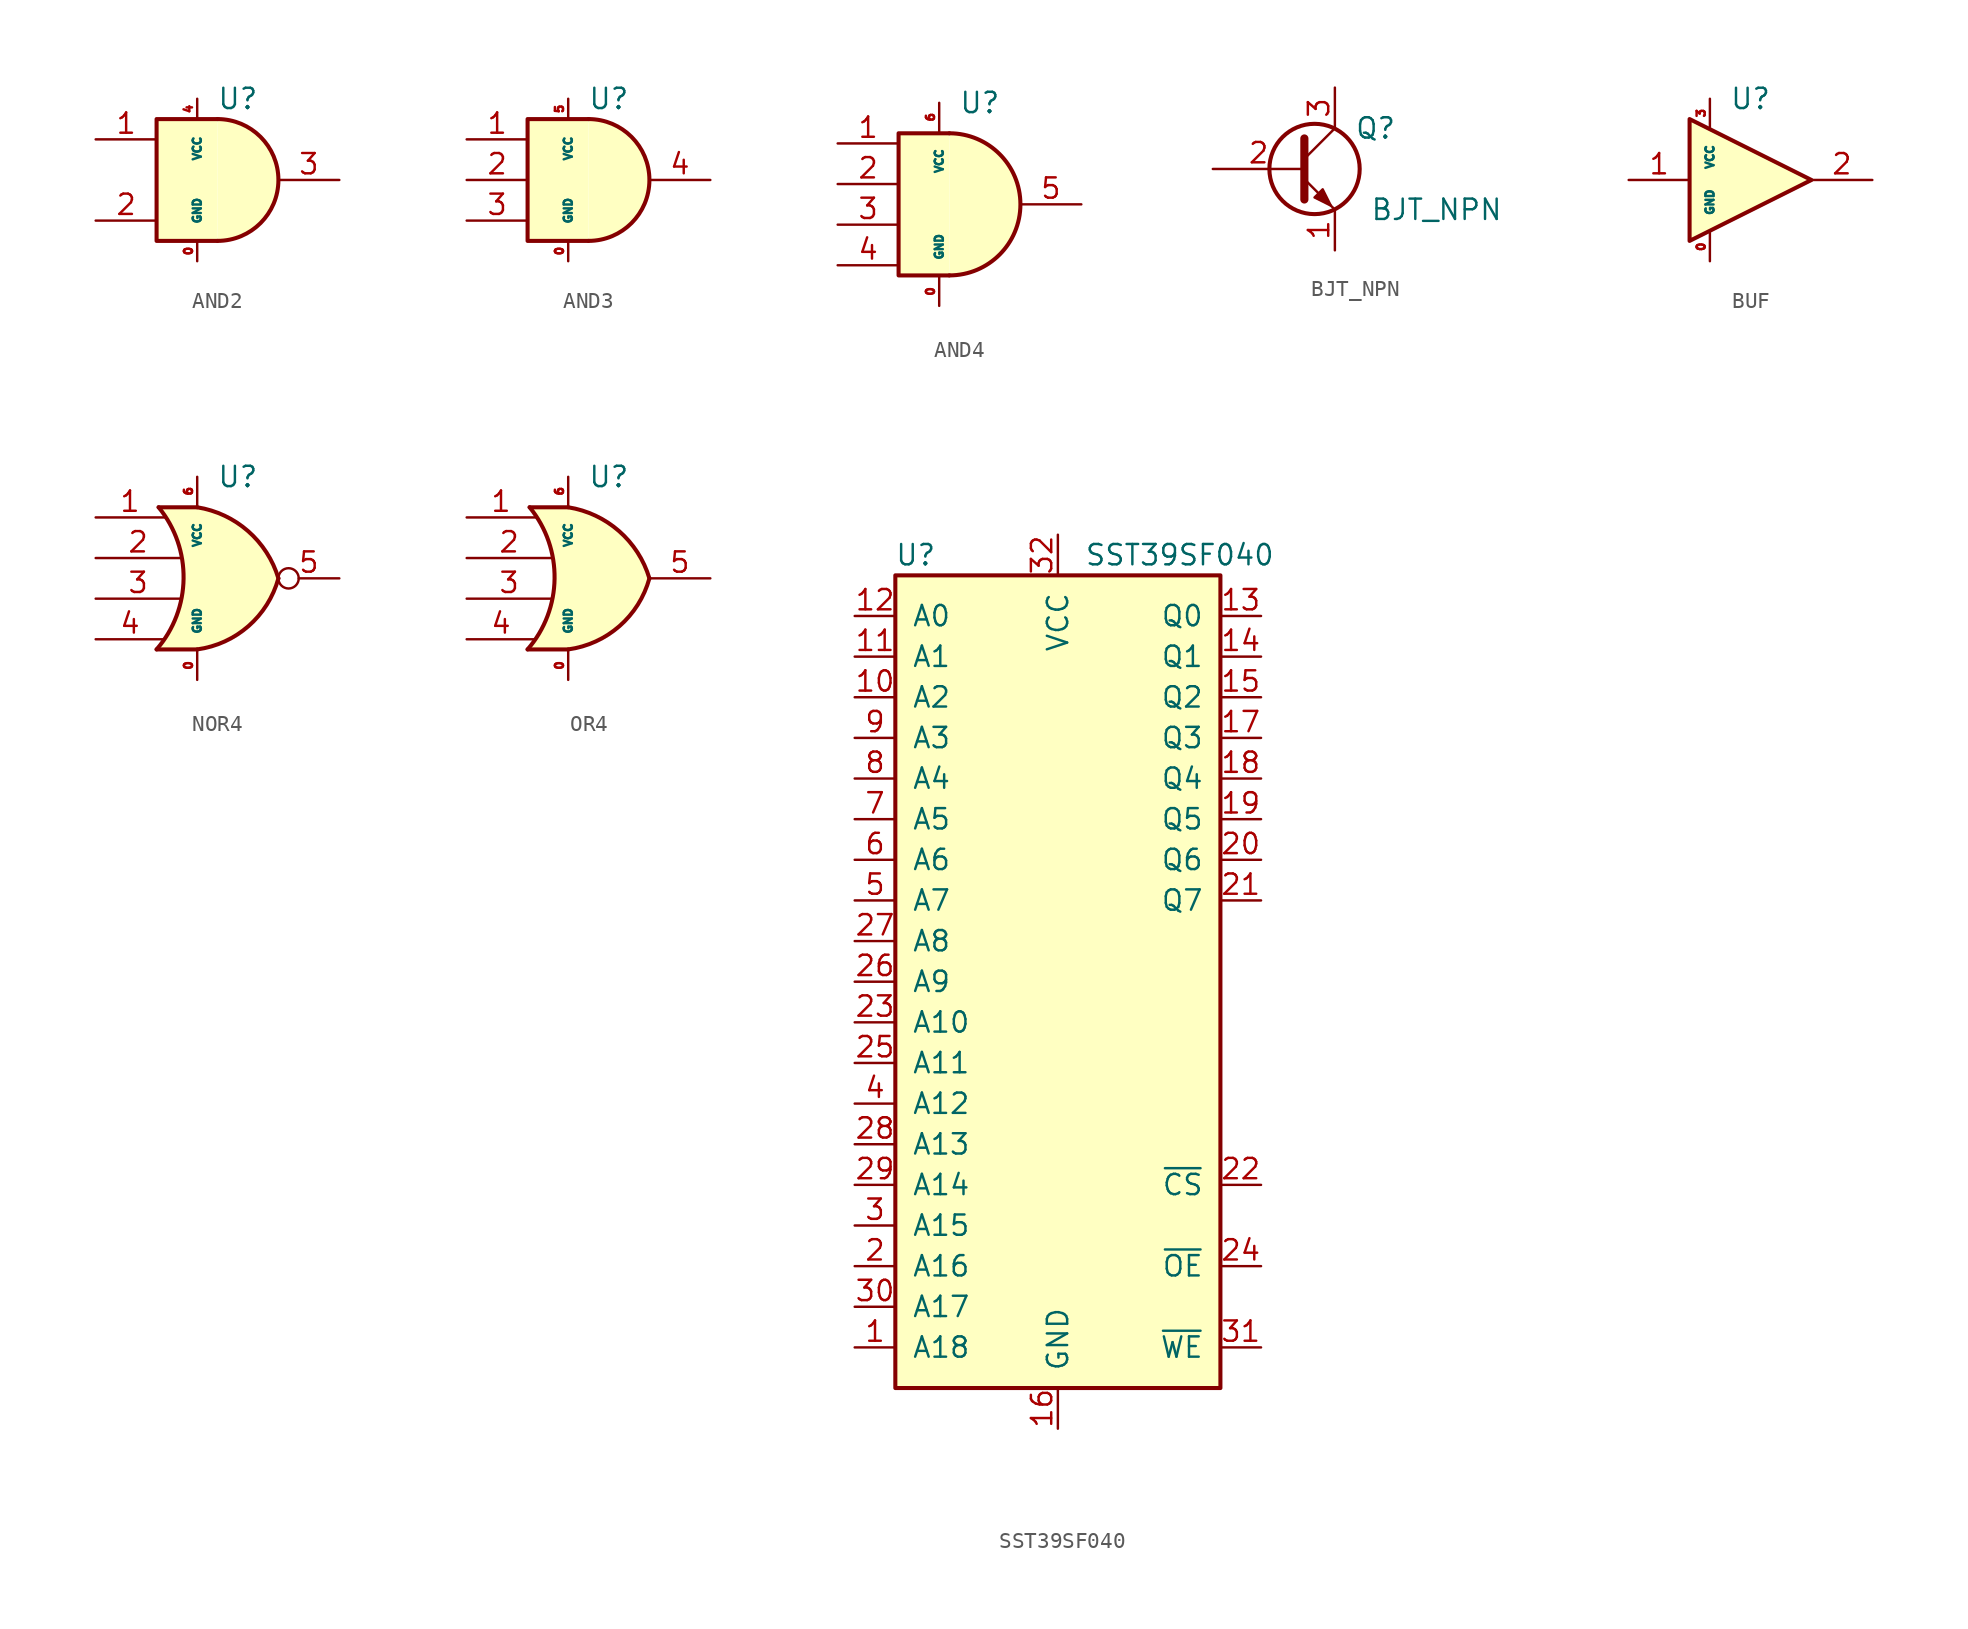
<source format=kicad_sym>
(kicad_symbol_lib
  (version 20231120)
  (generator "kicad_symbol_editor")
  (generator_version "8.0")
  (symbol "AND2"
    (pin_names
      (offset 1.016))
    (property "Reference" "U"
      (at 2.54 5.08 0)
      (effects (font (size 1.27 1.27))))
    (symbol "AND2_1_1"
      (polyline (pts (xy 1.27 3.81) (xy -2.54 3.81) (xy -2.54 -3.81) (xy 1.27 -3.81)) (stroke (width 0.254) (type solid)) (fill (type background)))
      (arc (start 1.27 -3.81) (mid 5.08 0) (end 1.27 3.81) (stroke (width 0.254) (type solid)) (fill (type background)))
      (pin input line (at 0 -5.08 90) (length 1.27) (name "GND" (effects (font (size 0.508 0.508)))) (number "0" (effects (font (size 0.508 0.508)))))
      (pin input line (at -6.35 2.54 0) (length 3.81) (name "~" (effects (font (size 1.27 1.27)))) (number "1" (effects (font (size 1.27 1.27)))))
      (pin input line (at -6.35 -2.54 0) (length 3.81) (name "~" (effects (font (size 1.27 1.27)))) (number "2" (effects (font (size 1.27 1.27)))))
      (pin output line (at 8.89 0 180) (length 3.81) (name "~" (effects (font (size 1.27 1.27)))) (number "3" (effects (font (size 1.27 1.27)))))
      (pin input line (at 0 5.08 270) (length 1.27) (name "VCC" (effects (font (size 0.508 0.508)))) (number "4" (effects (font (size 0.508 0.508)))))))
  (symbol "AND3"
    (pin_names
      (offset 1.016))
    (property "Reference" "U"
      (at 2.54 5.08 0)
      (effects (font (size 1.27 1.27))))
    (symbol "AND3_1_1"
      (polyline (pts (xy 1.27 3.81) (xy -2.54 3.81) (xy -2.54 -3.81) (xy 1.27 -3.81)) (stroke (width 0.254) (type solid)) (fill (type background)))
      (arc (start 1.27 -3.81) (mid 5.08 0) (end 1.27 3.81) (stroke (width 0.254) (type solid)) (fill (type background)))
      (pin input line (at 0 -5.08 90) (length 1.27) (name "GND" (effects (font (size 0.508 0.508)))) (number "0" (effects (font (size 0.508 0.508)))))
      (pin input line (at -6.35 2.54 0) (length 3.81) (name "~" (effects (font (size 1.27 1.27)))) (number "1" (effects (font (size 1.27 1.27)))))
      (pin input line (at -6.35 0 0) (length 3.81) (name "~" (effects (font (size 1.27 1.27)))) (number "2" (effects (font (size 1.27 1.27)))))
      (pin input line (at -6.35 -2.54 0) (length 3.81) (name "~" (effects (font (size 1.27 1.27)))) (number "3" (effects (font (size 1.27 1.27)))))
      (pin output line (at 8.89 0 180) (length 3.81) (name "~" (effects (font (size 1.27 1.27)))) (number "4" (effects (font (size 1.27 1.27)))))
      (pin input line (at 0 5.08 270) (length 1.27) (name "VCC" (effects (font (size 0.508 0.508)))) (number "5" (effects (font (size 0.508 0.508)))))))
  (symbol "AND4"
    (pin_names
      (offset 1.016))
    (property "Reference" "U"
      (at 2.54 6.35 0)
      (effects (font (size 1.27 1.27))))
    (symbol "AND4_1_1"
      (polyline (pts (xy 0.635 4.445) (xy -2.54 4.445) (xy -2.54 -4.445) (xy 0.635 -4.445)) (stroke (width 0.254) (type solid)) (fill (type background)))
      (arc (start 0.635 -4.445) (mid 5.08 0) (end 0.635 4.445) (stroke (width 0.254) (type solid)) (fill (type background)))
      (pin input line (at 0 -6.35 90) (length 1.803) (name "GND" (effects (font (size 0.508 0.508)))) (number "0" (effects (font (size 0.508 0.508)))))
      (pin input line (at -6.35 3.81 0) (length 3.81) (name "~" (effects (font (size 1.27 1.27)))) (number "1" (effects (font (size 1.27 1.27)))))
      (pin input line (at -6.35 1.27 0) (length 3.81) (name "~" (effects (font (size 1.27 1.27)))) (number "2" (effects (font (size 1.27 1.27)))))
      (pin input line (at -6.35 -1.27 0) (length 3.81) (name "~" (effects (font (size 1.27 1.27)))) (number "3" (effects (font (size 1.27 1.27)))))
      (pin input line (at -6.35 -3.81 0) (length 3.81) (name "~" (effects (font (size 1.27 1.27)))) (number "4" (effects (font (size 1.27 1.27)))))
      (pin output line (at 8.89 0 180) (length 3.81) (name "~" (effects (font (size 1.27 1.27)))) (number "5" (effects (font (size 1.27 1.27)))))
      (pin input line (at 0 6.35 270) (length 1.803) (name "VCC" (effects (font (size 0.508 0.508)))) (number "6" (effects (font (size 0.508 0.508)))))))
  (symbol "BJT_NPN"
    (pin_names
      (offset 1.016) hide)
    (property "Reference" "Q"
      (at 3.81 2.54 0)
      (effects (font (size 1.27 1.27))))
    (property "Value" "BJT_NPN"
      (at 7.62 -2.54 0)
      (effects (font (size 1.27 1.27))))
    (symbol "BJT_NPN_1_1"
      (polyline (pts (xy -0.635 0.635) (xy 1.27 2.54)) (stroke (width 0) (type solid)) (fill (type none)))
      (polyline (pts (xy -0.635 -0.635) (xy 1.27 -2.54) (xy 1.27 -2.54)) (stroke (width 0) (type solid)) (fill (type none)))
      (polyline (pts (xy -0.635 1.905) (xy -0.635 -1.905) (xy -0.635 -1.905)) (stroke (width 0.508) (type solid)) (fill (type none)))
      (polyline (pts (xy 0 -1.778) (xy 0.508 -1.27) (xy 1.016 -2.286) (xy 0 -1.778) (xy 0 -1.778)) (stroke (width 0) (type solid)) (fill (type outline)))
      (circle (center 0 0) (radius 2.819) (stroke (width 0.254) (type solid)) (fill (type none)))
      (pin passive line (at 1.27 -5.08 90) (length 2.54) (name "E" (effects (font (size 1.27 1.27)))) (number "1" (effects (font (size 1.27 1.27)))))
      (pin input line (at -6.35 0 0) (length 5.715) (name "B" (effects (font (size 1.27 1.27)))) (number "2" (effects (font (size 1.27 1.27)))))
      (pin passive line (at 1.27 5.08 270) (length 2.54) (name "C" (effects (font (size 1.27 1.27)))) (number "3" (effects (font (size 1.27 1.27)))))))
  (symbol "BUF"
    (pin_names
      (offset 1.016))
    (property "Reference" "U"
      (at 2.54 5.08 0)
      (effects (font (size 1.27 1.27))))
    (symbol "BUF_1_1"
      (polyline (pts (xy -1.27 3.81) (xy -1.27 -3.81) (xy 6.35 0) (xy -1.27 3.81)) (stroke (width 0.254) (type solid)) (fill (type background)))
      (pin input line (at 0 -5.08 90) (length 1.803) (name "GND" (effects (font (size 0.508 0.508)))) (number "0" (effects (font (size 0.508 0.508)))))
      (pin input line (at -5.08 0 0) (length 3.81) (name "~" (effects (font (size 1.27 1.27)))) (number "1" (effects (font (size 1.27 1.27)))))
      (pin output line (at 10.16 0 180) (length 3.81) (name "~" (effects (font (size 1.27 1.27)))) (number "2" (effects (font (size 1.27 1.27)))))
      (pin input line (at 0 5.08 270) (length 1.803) (name "VCC" (effects (font (size 0.508 0.508)))) (number "3" (effects (font (size 0.508 0.508)))))))
  (symbol "NOR4"
    (pin_names
      (offset 1.016))
    (property "Reference" "U"
      (at 2.54 6.35 0)
      (effects (font (size 1.27 1.27))))
    (symbol "NOR4_0_1"
      (arc (start -2.54 -4.445) (mid -0.8518 -0.023) (end -2.413 4.445) (stroke (width 0.254) (type solid)) (fill (type none)))
      (arc (start 0 -4.445) (mid 3.2076 -2.9869) (end 5.08 0) (stroke (width 0.254) (type solid)) (fill (type background)))
      (polyline (pts (xy 0 -4.445) (xy -2.54 -4.445)) (stroke (width 0.254) (type solid)) (fill (type none)))
      (polyline (pts (xy 0 4.445) (xy -2.413 4.445)) (stroke (width 0.254) (type solid)) (fill (type none)))
      (polyline (pts (xy 0 4.445) (xy 0 -4.445) (xy -2.54 -4.445) (xy -1.651 -3.175) (xy -1.016 -1.397) (xy -0.889 -0.254) (xy -0.889 0.635) (xy -1.016 1.651) (xy -1.27 2.286) (xy -1.524 3.048) (xy -1.905 3.683) (xy -2.413 4.445) (xy 0 4.445)) (stroke (width -25.4) (type solid)) (fill (type background)))
      (arc (start 5.08 0) (mid 3.1803 2.9562) (end 0 4.445) (stroke (width 0.254) (type solid)) (fill (type background))))
    (symbol "NOR4_1_1"
      (pin input line (at 0 -6.35 90) (length 1.803) (name "GND" (effects (font (size 0.508 0.508)))) (number "0" (effects (font (size 0.508 0.508)))))
      (pin input line (at -6.35 3.81 0) (length 4.293) (name "~" (effects (font (size 1.27 1.27)))) (number "1" (effects (font (size 1.27 1.27)))))
      (pin input line (at -6.35 1.27 0) (length 5.309) (name "~" (effects (font (size 1.27 1.27)))) (number "2" (effects (font (size 1.27 1.27)))))
      (pin input line (at -6.35 -1.27 0) (length 5.309) (name "~" (effects (font (size 1.27 1.27)))) (number "3" (effects (font (size 1.27 1.27)))))
      (pin input line (at -6.35 -3.81 0) (length 4.293) (name "~" (effects (font (size 1.27 1.27)))) (number "4" (effects (font (size 1.27 1.27)))))
      (pin output inverted (at 8.89 0 180) (length 3.81) (name "~" (effects (font (size 1.27 1.27)))) (number "5" (effects (font (size 1.27 1.27)))))
      (pin input line (at 0 6.35 270) (length 1.803) (name "VCC" (effects (font (size 0.508 0.508)))) (number "6" (effects (font (size 0.508 0.508)))))))
  (symbol "OR4"
    (pin_names
      (offset 1.016))
    (property "Reference" "U"
      (at 2.54 6.35 0)
      (effects (font (size 1.27 1.27))))
    (symbol "OR4_1_1"
      (arc (start -2.54 -4.445) (mid -0.8518 -0.023) (end -2.413 4.445) (stroke (width 0.254) (type solid)) (fill (type none)))
      (arc (start 0 -4.445) (mid 3.2076 -2.9869) (end 5.08 0) (stroke (width 0.254) (type solid)) (fill (type background)))
      (polyline (pts (xy 0 -4.445) (xy -2.54 -4.445)) (stroke (width 0.254) (type solid)) (fill (type none)))
      (polyline (pts (xy 0 4.445) (xy -2.413 4.445)) (stroke (width 0.254) (type solid)) (fill (type none)))
      (polyline (pts (xy 0 4.445) (xy 0 -4.445) (xy -2.54 -4.445) (xy -1.651 -3.175) (xy -1.016 -1.397) (xy -0.889 -0.254) (xy -0.889 0.635) (xy -1.016 1.651) (xy -1.27 2.286) (xy -1.524 3.048) (xy -1.905 3.683) (xy -2.413 4.445) (xy 0 4.445)) (stroke (width -25.4) (type solid)) (fill (type background)))
      (arc (start 5.08 0) (mid 3.1803 2.9562) (end 0 4.445) (stroke (width 0.254) (type solid)) (fill (type background)))
      (pin input line (at 0 -6.35 90) (length 1.803) (name "GND" (effects (font (size 0.508 0.508)))) (number "0" (effects (font (size 0.508 0.508)))))
      (pin input line (at -6.35 3.81 0) (length 4.293) (name "~" (effects (font (size 1.27 1.27)))) (number "1" (effects (font (size 1.27 1.27)))))
      (pin input line (at -6.35 1.27 0) (length 5.309) (name "~" (effects (font (size 1.27 1.27)))) (number "2" (effects (font (size 1.27 1.27)))))
      (pin input line (at -6.35 -1.27 0) (length 5.309) (name "~" (effects (font (size 1.27 1.27)))) (number "3" (effects (font (size 1.27 1.27)))))
      (pin input line (at -6.35 -3.81 0) (length 4.293) (name "~" (effects (font (size 1.27 1.27)))) (number "4" (effects (font (size 1.27 1.27)))))
      (pin output line (at 8.89 0 180) (length 3.81) (name "~" (effects (font (size 1.27 1.27)))) (number "5" (effects (font (size 1.27 1.27)))))
      (pin input line (at 0 6.35 270) (length 1.803) (name "VCC" (effects (font (size 0.508 0.508)))) (number "6" (effects (font (size 0.508 0.508)))))))
  (symbol "SST39SF040"
    (pin_names
      (offset 1.016))
    (property "Reference" "U"
      (at -8.89 26.67 0)
      (effects (font (size 1.27 1.27))))
    (property "Value" "SST39SF040"
      (at 7.62 26.67 0)
      (effects (font (size 1.27 1.27))))
    (symbol "SST39SF040_1_1"
      (rectangle (start -10.16 25.4) (end 10.16 -25.4) (stroke (width 0.254) (type solid)) (fill (type background)))
      (pin input line (at -12.7 -22.86 0) (length 2.54) (name "A18" (effects (font (size 1.27 1.27)))) (number "1" (effects (font (size 1.27 1.27)))))
      (pin input line (at -12.7 17.78 0) (length 2.54) (name "A2" (effects (font (size 1.27 1.27)))) (number "10" (effects (font (size 1.27 1.27)))))
      (pin input line (at -12.7 20.32 0) (length 2.54) (name "A1" (effects (font (size 1.27 1.27)))) (number "11" (effects (font (size 1.27 1.27)))))
      (pin input line (at -12.7 22.86 0) (length 2.54) (name "A0" (effects (font (size 1.27 1.27)))) (number "12" (effects (font (size 1.27 1.27)))))
      (pin tri_state line (at 12.7 22.86 180) (length 2.54) (name "Q0" (effects (font (size 1.27 1.27)))) (number "13" (effects (font (size 1.27 1.27)))))
      (pin tri_state line (at 12.7 20.32 180) (length 2.54) (name "Q1" (effects (font (size 1.27 1.27)))) (number "14" (effects (font (size 1.27 1.27)))))
      (pin tri_state line (at 12.7 17.78 180) (length 2.54) (name "Q2" (effects (font (size 1.27 1.27)))) (number "15" (effects (font (size 1.27 1.27)))))
      (pin power_in line (at 0 -27.94 90) (length 2.54) (name "GND" (effects (font (size 1.27 1.27)))) (number "16" (effects (font (size 1.27 1.27)))))
      (pin tri_state line (at 12.7 15.24 180) (length 2.54) (name "Q3" (effects (font (size 1.27 1.27)))) (number "17" (effects (font (size 1.27 1.27)))))
      (pin tri_state line (at 12.7 12.7 180) (length 2.54) (name "Q4" (effects (font (size 1.27 1.27)))) (number "18" (effects (font (size 1.27 1.27)))))
      (pin tri_state line (at 12.7 10.16 180) (length 2.54) (name "Q5" (effects (font (size 1.27 1.27)))) (number "19" (effects (font (size 1.27 1.27)))))
      (pin input line (at -12.7 -17.78 0) (length 2.54) (name "A16" (effects (font (size 1.27 1.27)))) (number "2" (effects (font (size 1.27 1.27)))))
      (pin tri_state line (at 12.7 7.62 180) (length 2.54) (name "Q6" (effects (font (size 1.27 1.27)))) (number "20" (effects (font (size 1.27 1.27)))))
      (pin tri_state line (at 12.7 5.08 180) (length 2.54) (name "Q7" (effects (font (size 1.27 1.27)))) (number "21" (effects (font (size 1.27 1.27)))))
      (pin input line (at 12.7 -12.7 180) (length 2.54) (name "~{CS}" (effects (font (size 1.27 1.27)))) (number "22" (effects (font (size 1.27 1.27)))))
      (pin input line (at -12.7 -2.54 0) (length 2.54) (name "A10" (effects (font (size 1.27 1.27)))) (number "23" (effects (font (size 1.27 1.27)))))
      (pin input line (at 12.7 -17.78 180) (length 2.54) (name "~{OE}" (effects (font (size 1.27 1.27)))) (number "24" (effects (font (size 1.27 1.27)))))
      (pin input line (at -12.7 -5.08 0) (length 2.54) (name "A11" (effects (font (size 1.27 1.27)))) (number "25" (effects (font (size 1.27 1.27)))))
      (pin input line (at -12.7 0 0) (length 2.54) (name "A9" (effects (font (size 1.27 1.27)))) (number "26" (effects (font (size 1.27 1.27)))))
      (pin input line (at -12.7 2.54 0) (length 2.54) (name "A8" (effects (font (size 1.27 1.27)))) (number "27" (effects (font (size 1.27 1.27)))))
      (pin input line (at -12.7 -10.16 0) (length 2.54) (name "A13" (effects (font (size 1.27 1.27)))) (number "28" (effects (font (size 1.27 1.27)))))
      (pin input line (at -12.7 -12.7 0) (length 2.54) (name "A14" (effects (font (size 1.27 1.27)))) (number "29" (effects (font (size 1.27 1.27)))))
      (pin input line (at -12.7 -15.24 0) (length 2.54) (name "A15" (effects (font (size 1.27 1.27)))) (number "3" (effects (font (size 1.27 1.27)))))
      (pin input line (at -12.7 -20.32 0) (length 2.54) (name "A17" (effects (font (size 1.27 1.27)))) (number "30" (effects (font (size 1.27 1.27)))))
      (pin input line (at 12.7 -22.86 180) (length 2.54) (name "~{WE}" (effects (font (size 1.27 1.27)))) (number "31" (effects (font (size 1.27 1.27)))))
      (pin power_in line (at 0 27.94 270) (length 2.54) (name "VCC" (effects (font (size 1.27 1.27)))) (number "32" (effects (font (size 1.27 1.27)))))
      (pin input line (at -12.7 -7.62 0) (length 2.54) (name "A12" (effects (font (size 1.27 1.27)))) (number "4" (effects (font (size 1.27 1.27)))))
      (pin input line (at -12.7 5.08 0) (length 2.54) (name "A7" (effects (font (size 1.27 1.27)))) (number "5" (effects (font (size 1.27 1.27)))))
      (pin input line (at -12.7 7.62 0) (length 2.54) (name "A6" (effects (font (size 1.27 1.27)))) (number "6" (effects (font (size 1.27 1.27)))))
      (pin input line (at -12.7 10.16 0) (length 2.54) (name "A5" (effects (font (size 1.27 1.27)))) (number "7" (effects (font (size 1.27 1.27)))))
      (pin input line (at -12.7 12.7 0) (length 2.54) (name "A4" (effects (font (size 1.27 1.27)))) (number "8" (effects (font (size 1.27 1.27)))))
      (pin input line (at -12.7 15.24 0) (length 2.54) (name "A3" (effects (font (size 1.27 1.27)))) (number "9" (effects (font (size 1.27 1.27))))))))
</source>
